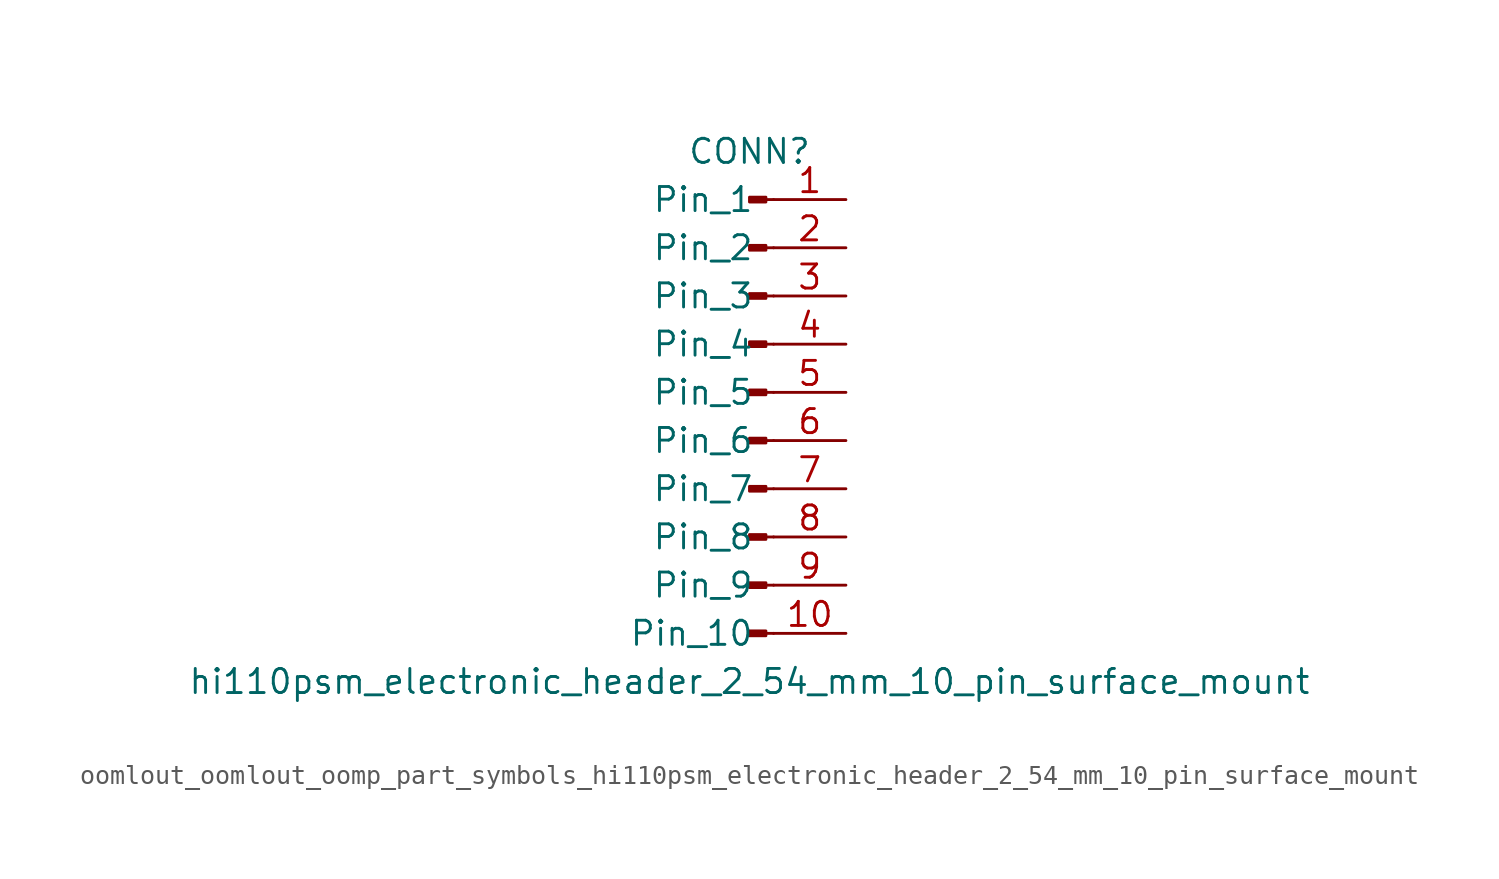
<source format=kicad_sym>
(kicad_symbol_lib
  (version 20220914)
  (generator kicad_symbol_editor)
  (symbol "oomlout_oomlout_oomp_part_symbols_hi110psm_electronic_header_2_54_mm_10_pin_surface_mount"
    (pin_names
      (offset 1.016))
    (property "Reference" "CONN"
      (at 0 12.7 0)
      (effects (font (size 1.27 1.27))))
    (property "Value" "hi110psm_electronic_header_2_54_mm_10_pin_surface_mount"
      (at 0 -15.24 0)
      (effects (font (size 1.27 1.27))))
    (property "ki_locked" ""
      (at 0 0 0)
      (effects (font (size 1.27 1.27))))
    (symbol "oomlout_oomlout_oomp_part_symbols_hi110psm_electronic_header_2_54_mm_10_pin_surface_mount_1_1"
      (polyline (pts (xy 1.27 -12.7) (xy 0.864 -12.7)) (stroke (width 0.152) (type default)) (fill (type none)))
      (polyline (pts (xy 1.27 -10.16) (xy 0.864 -10.16)) (stroke (width 0.152) (type default)) (fill (type none)))
      (polyline (pts (xy 1.27 -7.62) (xy 0.864 -7.62)) (stroke (width 0.152) (type default)) (fill (type none)))
      (polyline (pts (xy 1.27 -5.08) (xy 0.864 -5.08)) (stroke (width 0.152) (type default)) (fill (type none)))
      (polyline (pts (xy 1.27 -2.54) (xy 0.864 -2.54)) (stroke (width 0.152) (type default)) (fill (type none)))
      (polyline (pts (xy 1.27 0) (xy 0.864 0)) (stroke (width 0.152) (type default)) (fill (type none)))
      (polyline (pts (xy 1.27 2.54) (xy 0.864 2.54)) (stroke (width 0.152) (type default)) (fill (type none)))
      (polyline (pts (xy 1.27 5.08) (xy 0.864 5.08)) (stroke (width 0.152) (type default)) (fill (type none)))
      (polyline (pts (xy 1.27 7.62) (xy 0.864 7.62)) (stroke (width 0.152) (type default)) (fill (type none)))
      (polyline (pts (xy 1.27 10.16) (xy 0.864 10.16)) (stroke (width 0.152) (type default)) (fill (type none)))
      (rectangle (start 0.864 -12.573) (end 0 -12.827) (stroke (width 0.152) (type default)) (fill (type outline)))
      (rectangle (start 0.864 -10.033) (end 0 -10.287) (stroke (width 0.152) (type default)) (fill (type outline)))
      (rectangle (start 0.864 -7.493) (end 0 -7.747) (stroke (width 0.152) (type default)) (fill (type outline)))
      (rectangle (start 0.864 -4.953) (end 0 -5.207) (stroke (width 0.152) (type default)) (fill (type outline)))
      (rectangle (start 0.864 -2.413) (end 0 -2.667) (stroke (width 0.152) (type default)) (fill (type outline)))
      (rectangle (start 0.864 0.127) (end 0 -0.127) (stroke (width 0.152) (type default)) (fill (type outline)))
      (rectangle (start 0.864 2.667) (end 0 2.413) (stroke (width 0.152) (type default)) (fill (type outline)))
      (rectangle (start 0.864 5.207) (end 0 4.953) (stroke (width 0.152) (type default)) (fill (type outline)))
      (rectangle (start 0.864 7.747) (end 0 7.493) (stroke (width 0.152) (type default)) (fill (type outline)))
      (rectangle (start 0.864 10.287) (end 0 10.033) (stroke (width 0.152) (type default)) (fill (type outline)))
      (pin passive line (at 5.08 10.16 180) (length 3.81) (name "Pin_1" (effects (font (size 1.27 1.27)))) (number "1" (effects (font (size 1.27 1.27)))))
      (pin passive line (at 5.08 -12.7 180) (length 3.81) (name "Pin_10" (effects (font (size 1.27 1.27)))) (number "10" (effects (font (size 1.27 1.27)))))
      (pin passive line (at 5.08 7.62 180) (length 3.81) (name "Pin_2" (effects (font (size 1.27 1.27)))) (number "2" (effects (font (size 1.27 1.27)))))
      (pin passive line (at 5.08 5.08 180) (length 3.81) (name "Pin_3" (effects (font (size 1.27 1.27)))) (number "3" (effects (font (size 1.27 1.27)))))
      (pin passive line (at 5.08 2.54 180) (length 3.81) (name "Pin_4" (effects (font (size 1.27 1.27)))) (number "4" (effects (font (size 1.27 1.27)))))
      (pin passive line (at 5.08 0 180) (length 3.81) (name "Pin_5" (effects (font (size 1.27 1.27)))) (number "5" (effects (font (size 1.27 1.27)))))
      (pin passive line (at 5.08 -2.54 180) (length 3.81) (name "Pin_6" (effects (font (size 1.27 1.27)))) (number "6" (effects (font (size 1.27 1.27)))))
      (pin passive line (at 5.08 -5.08 180) (length 3.81) (name "Pin_7" (effects (font (size 1.27 1.27)))) (number "7" (effects (font (size 1.27 1.27)))))
      (pin passive line (at 5.08 -7.62 180) (length 3.81) (name "Pin_8" (effects (font (size 1.27 1.27)))) (number "8" (effects (font (size 1.27 1.27)))))
      (pin passive line (at 5.08 -10.16 180) (length 3.81) (name "Pin_9" (effects (font (size 1.27 1.27)))) (number "9" (effects (font (size 1.27 1.27))))))))
</source>
